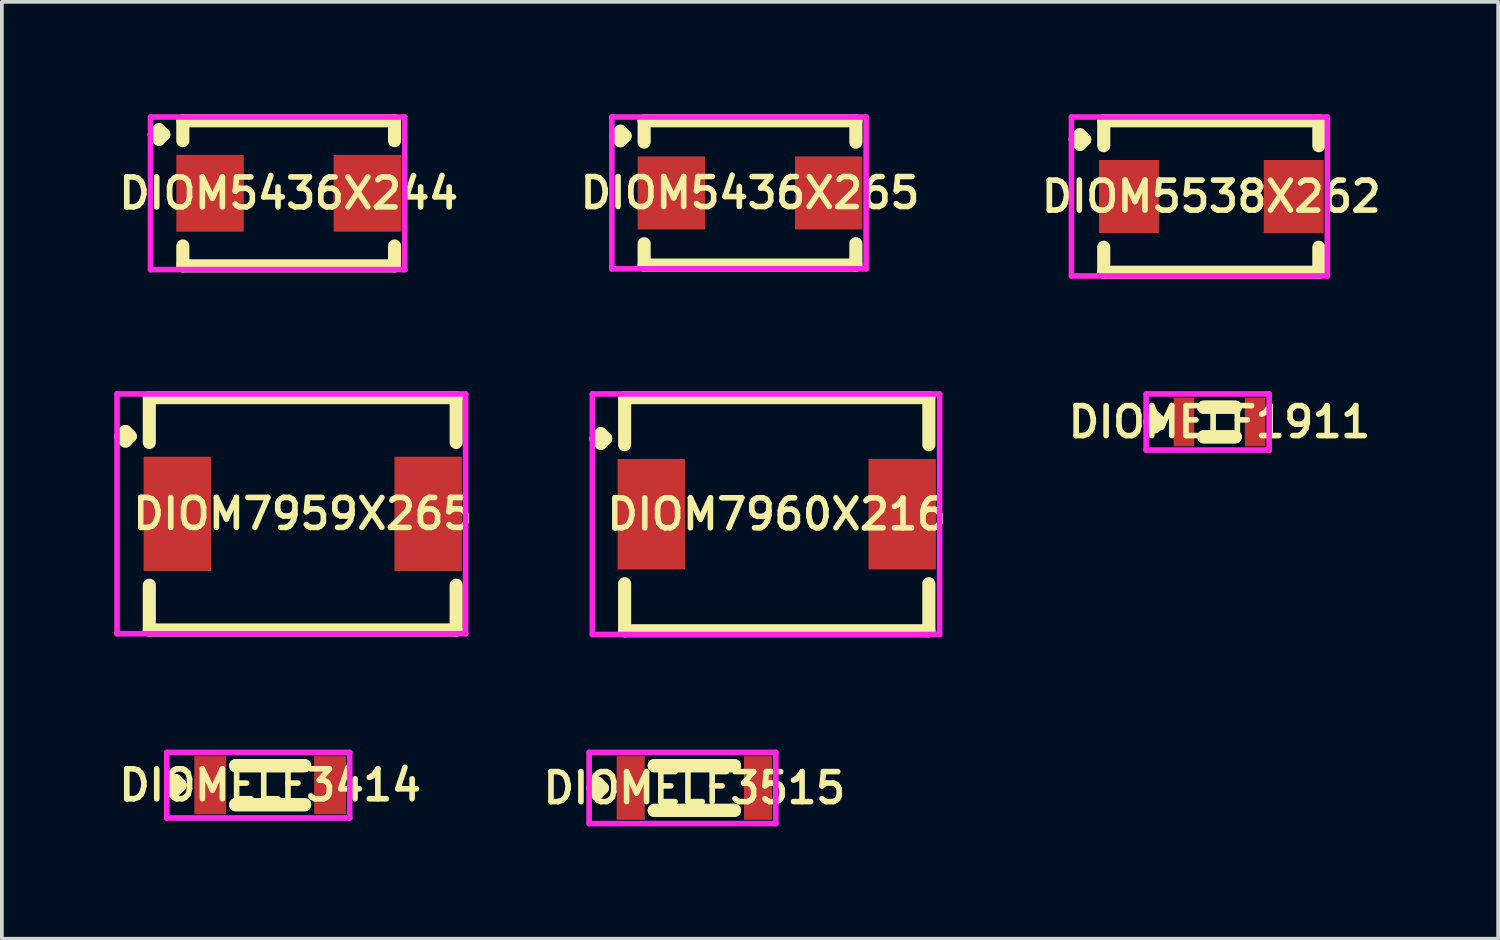
<source format=kicad_pcb>
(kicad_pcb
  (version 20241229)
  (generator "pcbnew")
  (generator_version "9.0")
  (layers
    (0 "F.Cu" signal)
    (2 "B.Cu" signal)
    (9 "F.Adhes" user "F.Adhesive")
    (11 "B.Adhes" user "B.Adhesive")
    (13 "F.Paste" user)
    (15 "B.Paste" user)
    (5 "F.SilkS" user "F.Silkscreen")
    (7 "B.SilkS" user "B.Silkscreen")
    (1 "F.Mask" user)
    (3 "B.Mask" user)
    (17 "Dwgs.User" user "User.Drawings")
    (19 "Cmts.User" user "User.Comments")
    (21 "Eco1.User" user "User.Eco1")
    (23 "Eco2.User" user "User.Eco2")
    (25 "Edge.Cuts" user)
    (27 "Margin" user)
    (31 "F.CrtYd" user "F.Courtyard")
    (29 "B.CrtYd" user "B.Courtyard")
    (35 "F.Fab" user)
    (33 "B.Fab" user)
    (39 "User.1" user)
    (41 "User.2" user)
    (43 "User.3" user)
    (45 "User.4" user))
  (footprint "DIOMELF3414"
    (layer "F.Cu")
    (at 4.164 17.918)
    (property "Reference" "DIOMELF3414" (at 0 0 0) (layer "F.SilkS") (effects (font (size 0.8 0.8) (thickness 0.15))))
    (attr smd)
    (fp_line (start -2.66 0) (end -2.533 -0.127) (stroke (width 0.35) (type solid)) (layer "F.SilkS"))
    (fp_line (start -2.533 -0.127) (end -2.406 0) (stroke (width 0.35) (type solid)) (layer "F.SilkS"))
    (fp_line (start -2.533 0.127) (end -2.66 0) (stroke (width 0.35) (type solid)) (layer "F.SilkS"))
    (fp_line (start -2.406 0) (end -2.533 0.127) (stroke (width 0.35) (type solid)) (layer "F.SilkS"))
    (fp_line (start -0.921 -0.521) (end 0.921 -0.521) (stroke (width 0.35) (type solid)) (layer "F.SilkS"))
    (fp_line (start -0.921 0.521) (end 0.921 0.521) (stroke (width 0.35) (type solid)) (layer "F.SilkS"))
    (fp_line (start 0.921 -0.521) (end -0.921 -0.521) (stroke (width 0.35) (type solid)) (layer "F.SilkS"))
    (fp_line (start 0.921 0.521) (end -0.921 0.521) (stroke (width 0.35) (type solid)) (layer "F.SilkS"))
    (fp_line (start -2.76 -0.875) (end 2.125 -0.875) (stroke (width 0.15) (type solid)) (layer "F.CrtYd"))
    (fp_line (start -2.76 0.875) (end -2.76 -0.875) (stroke (width 0.15) (type solid)) (layer "F.CrtYd"))
    (fp_line (start 2.125 -0.875) (end 2.125 0.875) (stroke (width 0.15) (type solid)) (layer "F.CrtYd"))
    (fp_line (start 2.125 0.875) (end -2.76 0.875) (stroke (width 0.15) (type solid)) (layer "F.CrtYd"))
    (pad "1" smd rect (at -1.6 0) (size 0.85 1.55) (layers "F.Cu" "F.Mask" "F.Paste"))
    (pad "2" smd rect (at 1.6 0) (size 0.85 1.55) (layers "F.Cu" "F.Mask" "F.Paste")))
  (footprint "DIOMELF1911"
    (layer "F.Cu")
    (at 29.516 8.219)
    (property "Reference" "DIOMELF1911" (at 0 0 0) (layer "F.SilkS") (effects (font (size 0.8 0.8) (thickness 0.15))))
    (attr smd)
    (fp_line (start -1.86 0) (end -1.733 -0.127) (stroke (width 0.35) (type solid)) (layer "F.SilkS"))
    (fp_line (start -1.733 -0.127) (end -1.606 0) (stroke (width 0.35) (type solid)) (layer "F.SilkS"))
    (fp_line (start -1.733 0.127) (end -1.86 0) (stroke (width 0.35) (type solid)) (layer "F.SilkS"))
    (fp_line (start -1.606 0) (end -1.733 0.127) (stroke (width 0.35) (type solid)) (layer "F.SilkS"))
    (fp_line (start -0.421 -0.396) (end 0.421 -0.396) (stroke (width 0.35) (type solid)) (layer "F.SilkS"))
    (fp_line (start -0.421 0.396) (end 0.421 0.396) (stroke (width 0.35) (type solid)) (layer "F.SilkS"))
    (fp_line (start 0.421 -0.396) (end -0.421 -0.396) (stroke (width 0.35) (type solid)) (layer "F.SilkS"))
    (fp_line (start 0.421 0.396) (end -0.421 0.396) (stroke (width 0.35) (type solid)) (layer "F.SilkS"))
    (fp_line (start -1.96 -0.75) (end 1.325 -0.75) (stroke (width 0.15) (type solid)) (layer "F.CrtYd"))
    (fp_line (start -1.96 0.75) (end -1.96 -0.75) (stroke (width 0.15) (type solid)) (layer "F.CrtYd"))
    (fp_line (start 1.325 -0.75) (end 1.325 0.75) (stroke (width 0.15) (type solid)) (layer "F.CrtYd"))
    (fp_line (start 1.325 0.75) (end -1.96 0.75) (stroke (width 0.15) (type solid)) (layer "F.CrtYd"))
    (pad "1" smd rect (at -0.95 0) (size 0.55 1.3) (layers "F.Cu" "F.Mask" "F.Paste"))
    (pad "2" smd rect (at 0.95 0) (size 0.55 1.3) (layers "F.Cu" "F.Mask" "F.Paste")))
  (footprint "DIOMELF3515"
    (layer "F.Cu")
    (at 15.492 17.993)
    (property "Reference" "DIOMELF3515" (at 0 0 0) (layer "F.SilkS") (effects (font (size 0.8 0.8) (thickness 0.15))))
    (attr smd)
    (fp_line (start -2.71 0) (end -2.583 -0.127) (stroke (width 0.35) (type solid)) (layer "F.SilkS"))
    (fp_line (start -2.583 -0.127) (end -2.456 0) (stroke (width 0.35) (type solid)) (layer "F.SilkS"))
    (fp_line (start -2.583 0.127) (end -2.71 0) (stroke (width 0.35) (type solid)) (layer "F.SilkS"))
    (fp_line (start -2.456 0) (end -2.583 0.127) (stroke (width 0.35) (type solid)) (layer "F.SilkS"))
    (fp_line (start -1.071 -0.596) (end 1.071 -0.596) (stroke (width 0.35) (type solid)) (layer "F.SilkS"))
    (fp_line (start -1.071 0.596) (end 1.071 0.596) (stroke (width 0.35) (type solid)) (layer "F.SilkS"))
    (fp_line (start 1.071 -0.596) (end -1.071 -0.596) (stroke (width 0.35) (type solid)) (layer "F.SilkS"))
    (fp_line (start 1.071 0.596) (end -1.071 0.596) (stroke (width 0.35) (type solid)) (layer "F.SilkS"))
    (fp_line (start -2.81 -0.95) (end 2.175 -0.95) (stroke (width 0.15) (type solid)) (layer "F.CrtYd"))
    (fp_line (start -2.81 0.95) (end -2.81 -0.95) (stroke (width 0.15) (type solid)) (layer "F.CrtYd"))
    (fp_line (start 2.175 -0.95) (end 2.175 0.95) (stroke (width 0.15) (type solid)) (layer "F.CrtYd"))
    (fp_line (start 2.175 0.95) (end -2.81 0.95) (stroke (width 0.15) (type solid)) (layer "F.CrtYd"))
    (pad "1" smd rect (at -1.7 0) (size 0.75 1.7) (layers "F.Cu" "F.Mask" "F.Paste"))
    (pad "2" smd rect (at 1.7 0) (size 0.75 1.7) (layers "F.Cu" "F.Mask" "F.Paste")))
  (footprint "DIOM7959X265"
    (layer "F.Cu")
    (at 5.034 10.671)
    (property "Reference" "DIOM7959X265" (at 0 0 0) (layer "F.SilkS") (effects (font (size 0.8 0.8) (thickness 0.15))))
    (attr smd)
    (fp_line (start -4.859 -2.071) (end -4.732 -2.198) (stroke (width 0.35) (type solid)) (layer "F.SilkS"))
    (fp_line (start -4.732 -2.198) (end -4.605 -2.071) (stroke (width 0.35) (type solid)) (layer "F.SilkS"))
    (fp_line (start -4.732 -1.944) (end -4.859 -2.071) (stroke (width 0.35) (type solid)) (layer "F.SilkS"))
    (fp_line (start -4.605 -2.071) (end -4.732 -1.944) (stroke (width 0.35) (type solid)) (layer "F.SilkS"))
    (fp_line (start -4.097 -3.102) (end 4.097 -3.102) (stroke (width 0.35) (type solid)) (layer "F.SilkS"))
    (fp_line (start -4.097 -1.906) (end -4.097 -3.102) (stroke (width 0.35) (type solid)) (layer "F.SilkS"))
    (fp_line (start -4.097 1.906) (end -4.097 3.102) (stroke (width 0.35) (type solid)) (layer "F.SilkS"))
    (fp_line (start -4.097 3.102) (end 4.097 3.102) (stroke (width 0.35) (type solid)) (layer "F.SilkS"))
    (fp_line (start 4.097 -3.102) (end 4.097 -1.906) (stroke (width 0.35) (type solid)) (layer "F.SilkS"))
    (fp_line (start 4.097 3.102) (end 4.097 1.906) (stroke (width 0.35) (type solid)) (layer "F.SilkS"))
    (fp_line (start -4.959 -3.202) (end 4.35 -3.202) (stroke (width 0.15) (type solid)) (layer "F.CrtYd"))
    (fp_line (start -4.959 3.202) (end -4.959 -3.202) (stroke (width 0.15) (type solid)) (layer "F.CrtYd"))
    (fp_line (start 4.35 -3.202) (end 4.35 3.202) (stroke (width 0.15) (type solid)) (layer "F.CrtYd"))
    (fp_line (start 4.35 3.202) (end -4.959 3.202) (stroke (width 0.15) (type solid)) (layer "F.CrtYd"))
    (pad "1" smd rect (at -3.35 0) (size 1.8 3.05) (layers "F.Cu" "F.Mask" "F.Paste"))
    (pad "2" smd rect (at 3.35 0) (size 1.8 3.05) (layers "F.Cu" "F.Mask" "F.Paste")))
  (footprint "DIOM5436X265"
    (layer "F.Cu")
    (at 16.978 2.102)
    (property "Reference" "DIOM5436X265" (at 0 0 0) (layer "F.SilkS") (effects (font (size 0.8 0.8) (thickness 0.15))))
    (attr smd)
    (fp_line (start -3.589 -1.521) (end -3.462 -1.648) (stroke (width 0.35) (type solid)) (layer "F.SilkS"))
    (fp_line (start -3.462 -1.648) (end -3.335 -1.521) (stroke (width 0.35) (type solid)) (layer "F.SilkS"))
    (fp_line (start -3.462 -1.394) (end -3.589 -1.521) (stroke (width 0.35) (type solid)) (layer "F.SilkS"))
    (fp_line (start -3.335 -1.521) (end -3.462 -1.394) (stroke (width 0.35) (type solid)) (layer "F.SilkS"))
    (fp_line (start -2.827 -1.927) (end 2.827 -1.927) (stroke (width 0.35) (type solid)) (layer "F.SilkS"))
    (fp_line (start -2.827 -1.356) (end -2.827 -1.927) (stroke (width 0.35) (type solid)) (layer "F.SilkS"))
    (fp_line (start -2.827 1.356) (end -2.827 1.927) (stroke (width 0.35) (type solid)) (layer "F.SilkS"))
    (fp_line (start -2.827 1.927) (end 2.827 1.927) (stroke (width 0.35) (type solid)) (layer "F.SilkS"))
    (fp_line (start 2.827 -1.927) (end 2.827 -1.356) (stroke (width 0.35) (type solid)) (layer "F.SilkS"))
    (fp_line (start 2.827 1.927) (end 2.827 1.356) (stroke (width 0.35) (type solid)) (layer "F.SilkS"))
    (fp_line (start -3.689 -2.027) (end 3.1 -2.027) (stroke (width 0.15) (type solid)) (layer "F.CrtYd"))
    (fp_line (start -3.689 2.027) (end -3.689 -2.027) (stroke (width 0.15) (type solid)) (layer "F.CrtYd"))
    (fp_line (start 3.1 -2.027) (end 3.1 2.027) (stroke (width 0.15) (type solid)) (layer "F.CrtYd"))
    (fp_line (start 3.1 2.027) (end -3.689 2.027) (stroke (width 0.15) (type solid)) (layer "F.CrtYd"))
    (pad "1" smd rect (at -2.1 0) (size 1.8 1.95) (layers "F.Cu" "F.Mask" "F.Paste"))
    (pad "2" smd rect (at 2.1 0) (size 1.8 1.95) (layers "F.Cu" "F.Mask" "F.Paste")))
  (footprint "DIOM5538X262"
    (layer "F.Cu")
    (at 29.296 2.197)
    (property "Reference" "DIOM5538X262" (at 0 0 0) (layer "F.SilkS") (effects (font (size 0.8 0.8) (thickness 0.15))))
    (attr smd)
    (fp_line (start -3.634 -1.521) (end -3.507 -1.648) (stroke (width 0.35) (type solid)) (layer "F.SilkS"))
    (fp_line (start -3.507 -1.648) (end -3.38 -1.521) (stroke (width 0.35) (type solid)) (layer "F.SilkS"))
    (fp_line (start -3.507 -1.394) (end -3.634 -1.521) (stroke (width 0.35) (type solid)) (layer "F.SilkS"))
    (fp_line (start -3.38 -1.521) (end -3.507 -1.394) (stroke (width 0.35) (type solid)) (layer "F.SilkS"))
    (fp_line (start -2.872 -2.022) (end 2.872 -2.022) (stroke (width 0.35) (type solid)) (layer "F.SilkS"))
    (fp_line (start -2.872 -1.356) (end -2.872 -2.022) (stroke (width 0.35) (type solid)) (layer "F.SilkS"))
    (fp_line (start -2.872 1.356) (end -2.872 2.022) (stroke (width 0.35) (type solid)) (layer "F.SilkS"))
    (fp_line (start -2.872 2.022) (end 2.872 2.022) (stroke (width 0.35) (type solid)) (layer "F.SilkS"))
    (fp_line (start 2.872 -2.022) (end 2.872 -1.356) (stroke (width 0.35) (type solid)) (layer "F.SilkS"))
    (fp_line (start 2.872 2.022) (end 2.872 1.356) (stroke (width 0.35) (type solid)) (layer "F.SilkS"))
    (fp_line (start -3.734 -2.122) (end 3.1 -2.122) (stroke (width 0.15) (type solid)) (layer "F.CrtYd"))
    (fp_line (start -3.734 2.122) (end -3.734 -2.122) (stroke (width 0.15) (type solid)) (layer "F.CrtYd"))
    (fp_line (start 3.1 -2.122) (end 3.1 2.122) (stroke (width 0.15) (type solid)) (layer "F.CrtYd"))
    (fp_line (start 3.1 2.122) (end -3.734 2.122) (stroke (width 0.15) (type solid)) (layer "F.CrtYd"))
    (pad "1" smd rect (at -2.2 0) (size 1.6 1.95) (layers "F.Cu" "F.Mask" "F.Paste"))
    (pad "2" smd rect (at 2.2 0) (size 1.6 1.95) (layers "F.Cu" "F.Mask" "F.Paste")))
  (footprint "DIOM5436X244"
    (layer "F.Cu")
    (at 4.659 2.112)
    (property "Reference" "DIOM5436X244" (at 0 0 0) (layer "F.SilkS") (effects (font (size 0.8 0.8) (thickness 0.15))))
    (attr smd)
    (fp_line (start -3.589 -1.571) (end -3.462 -1.698) (stroke (width 0.35) (type solid)) (layer "F.SilkS"))
    (fp_line (start -3.462 -1.698) (end -3.335 -1.571) (stroke (width 0.35) (type solid)) (layer "F.SilkS"))
    (fp_line (start -3.462 -1.444) (end -3.589 -1.571) (stroke (width 0.35) (type solid)) (layer "F.SilkS"))
    (fp_line (start -3.335 -1.571) (end -3.462 -1.444) (stroke (width 0.35) (type solid)) (layer "F.SilkS"))
    (fp_line (start -2.827 -1.937) (end 2.827 -1.937) (stroke (width 0.35) (type solid)) (layer "F.SilkS"))
    (fp_line (start -2.827 -1.406) (end -2.827 -1.937) (stroke (width 0.35) (type solid)) (layer "F.SilkS"))
    (fp_line (start -2.827 1.406) (end -2.827 1.937) (stroke (width 0.35) (type solid)) (layer "F.SilkS"))
    (fp_line (start -2.827 1.937) (end 2.827 1.937) (stroke (width 0.35) (type solid)) (layer "F.SilkS"))
    (fp_line (start 2.827 -1.937) (end 2.827 -1.406) (stroke (width 0.35) (type solid)) (layer "F.SilkS"))
    (fp_line (start 2.827 1.937) (end 2.827 1.406) (stroke (width 0.35) (type solid)) (layer "F.SilkS"))
    (fp_line (start -3.689 -2.037) (end 3.1 -2.037) (stroke (width 0.15) (type solid)) (layer "F.CrtYd"))
    (fp_line (start -3.689 2.037) (end -3.689 -2.037) (stroke (width 0.15) (type solid)) (layer "F.CrtYd"))
    (fp_line (start 3.1 -2.037) (end 3.1 2.037) (stroke (width 0.15) (type solid)) (layer "F.CrtYd"))
    (fp_line (start 3.1 2.037) (end -3.689 2.037) (stroke (width 0.15) (type solid)) (layer "F.CrtYd"))
    (pad "1" smd rect (at -2.1 0) (size 1.8 2.05) (layers "F.Cu" "F.Mask" "F.Paste"))
    (pad "2" smd rect (at 2.1 0) (size 1.8 2.05) (layers "F.Cu" "F.Mask" "F.Paste")))
  (footprint "DIOM7960X216"
    (layer "F.Cu")
    (at 17.692 10.681)
    (property "Reference" "DIOM7960X216" (at 0 0 0) (layer "F.SilkS") (effects (font (size 0.8 0.8) (thickness 0.15))))
    (attr smd)
    (fp_line (start -4.824 -2.021) (end -4.697 -2.148) (stroke (width 0.35) (type solid)) (layer "F.SilkS"))
    (fp_line (start -4.697 -2.148) (end -4.57 -2.021) (stroke (width 0.35) (type solid)) (layer "F.SilkS"))
    (fp_line (start -4.697 -1.894) (end -4.824 -2.021) (stroke (width 0.35) (type solid)) (layer "F.SilkS"))
    (fp_line (start -4.57 -2.021) (end -4.697 -1.894) (stroke (width 0.35) (type solid)) (layer "F.SilkS"))
    (fp_line (start -4.062 -3.112) (end 4.062 -3.112) (stroke (width 0.35) (type solid)) (layer "F.SilkS"))
    (fp_line (start -4.062 -1.856) (end -4.062 -3.112) (stroke (width 0.35) (type solid)) (layer "F.SilkS"))
    (fp_line (start -4.062 1.856) (end -4.062 3.112) (stroke (width 0.35) (type solid)) (layer "F.SilkS"))
    (fp_line (start -4.062 3.112) (end 4.062 3.112) (stroke (width 0.35) (type solid)) (layer "F.SilkS"))
    (fp_line (start 4.062 -3.112) (end 4.062 -1.856) (stroke (width 0.35) (type solid)) (layer "F.SilkS"))
    (fp_line (start 4.062 3.112) (end 4.062 1.856) (stroke (width 0.35) (type solid)) (layer "F.SilkS"))
    (fp_line (start -4.924 -3.212) (end 4.35 -3.212) (stroke (width 0.15) (type solid)) (layer "F.CrtYd"))
    (fp_line (start -4.924 3.212) (end -4.924 -3.212) (stroke (width 0.15) (type solid)) (layer "F.CrtYd"))
    (fp_line (start 4.35 -3.212) (end 4.35 3.212) (stroke (width 0.15) (type solid)) (layer "F.CrtYd"))
    (fp_line (start 4.35 3.212) (end -4.924 3.212) (stroke (width 0.15) (type solid)) (layer "F.CrtYd"))
    (pad "1" smd rect (at -3.35 0) (size 1.8 2.95) (layers "F.Cu" "F.Mask" "F.Paste"))
    (pad "2" smd rect (at 3.35 0) (size 1.8 2.95) (layers "F.Cu" "F.Mask" "F.Paste")))
  (gr_rect
    (start -3 -3)
    (end 36.956 22.018)
    (stroke (width 0.1) (type default))
    (fill no)
    (layer "Edge.Cuts")))
</source>
